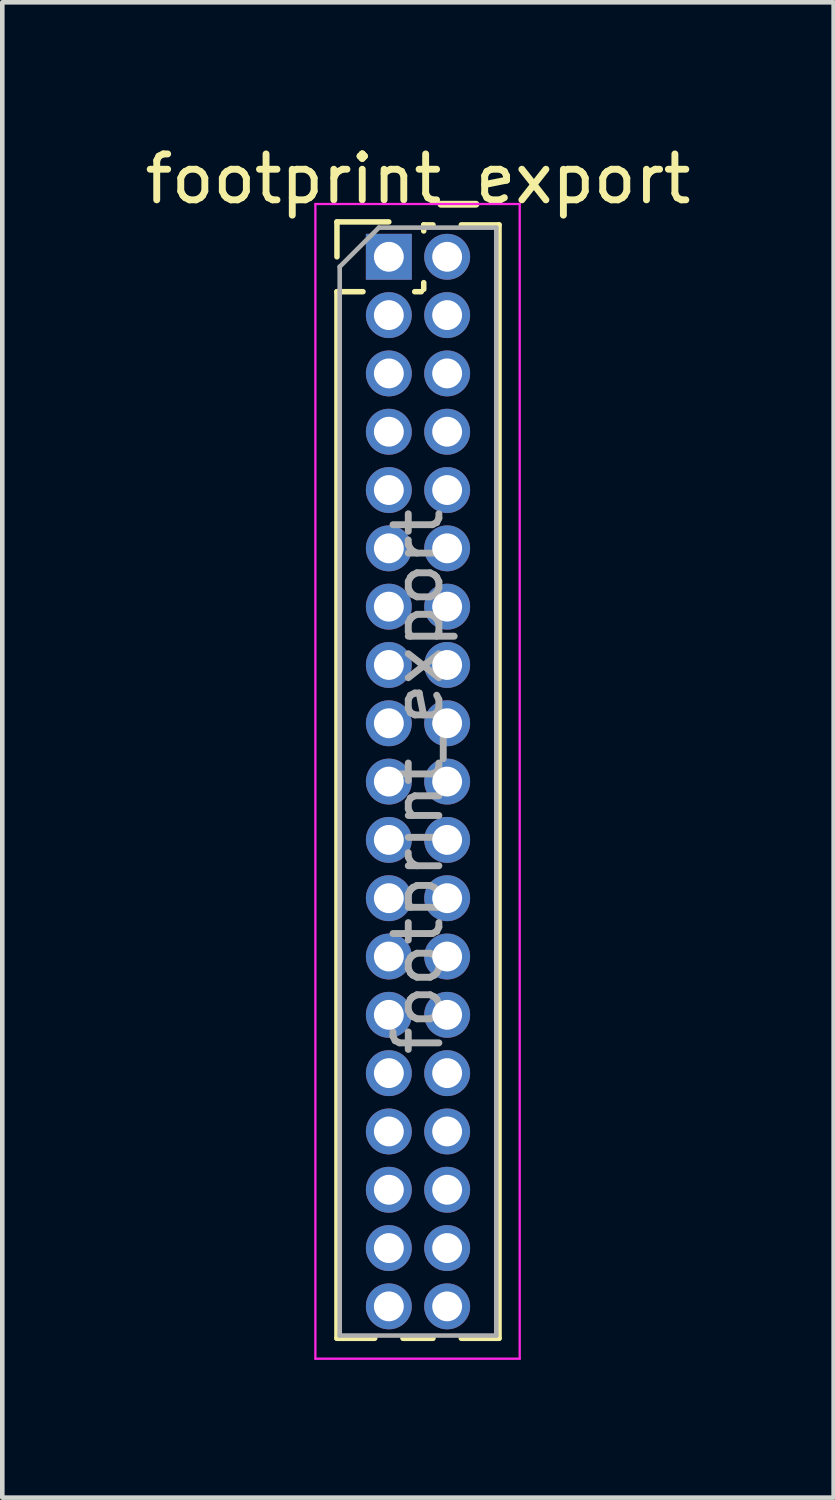
<source format=kicad_pcb>
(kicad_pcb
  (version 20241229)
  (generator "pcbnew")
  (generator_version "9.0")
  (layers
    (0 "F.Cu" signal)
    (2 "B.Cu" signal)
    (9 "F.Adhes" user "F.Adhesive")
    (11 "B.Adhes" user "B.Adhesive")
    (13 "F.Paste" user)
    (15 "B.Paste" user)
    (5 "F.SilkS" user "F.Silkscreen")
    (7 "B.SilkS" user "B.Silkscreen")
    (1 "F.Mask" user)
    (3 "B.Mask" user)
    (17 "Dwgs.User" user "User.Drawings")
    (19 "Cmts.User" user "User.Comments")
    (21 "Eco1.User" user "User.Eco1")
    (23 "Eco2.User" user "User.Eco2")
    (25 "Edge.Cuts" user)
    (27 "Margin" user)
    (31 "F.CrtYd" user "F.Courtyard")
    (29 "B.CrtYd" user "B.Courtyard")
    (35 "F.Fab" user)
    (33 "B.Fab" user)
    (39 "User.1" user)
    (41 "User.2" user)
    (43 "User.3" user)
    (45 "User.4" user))
  (footprint "footprint_export"
    (layer "F.Cu")
    (at 5.419 2.543)
    (property "Reference" "footprint_export" (at 0.635 -1.695 0) (layer "F.SilkS") (effects (font (size 1 1) (thickness 0.15))))
    (attr through_hole)
    (fp_line (start -1.13 -0.76) (end 0 -0.76) (stroke (width 0.12) (type solid)) (layer "F.SilkS"))
    (fp_line (start -1.13 0) (end -1.13 -0.76) (stroke (width 0.12) (type solid)) (layer "F.SilkS"))
    (fp_line (start -1.13 0.76) (end -1.13 23.555) (stroke (width 0.12) (type solid)) (layer "F.SilkS"))
    (fp_line (start -1.13 0.76) (end -0.563 0.76) (stroke (width 0.12) (type solid)) (layer "F.SilkS"))
    (fp_line (start -1.13 23.555) (end -0.308 23.555) (stroke (width 0.12) (type solid)) (layer "F.SilkS"))
    (fp_line (start 0.308 23.555) (end 0.962 23.555) (stroke (width 0.12) (type solid)) (layer "F.SilkS"))
    (fp_line (start 0.563 0.76) (end 0.707 0.76) (stroke (width 0.12) (type solid)) (layer "F.SilkS"))
    (fp_line (start 0.76 -0.695) (end 0.962 -0.695) (stroke (width 0.12) (type solid)) (layer "F.SilkS"))
    (fp_line (start 0.76 -0.563) (end 0.76 -0.695) (stroke (width 0.12) (type solid)) (layer "F.SilkS"))
    (fp_line (start 0.76 0.707) (end 0.76 0.563) (stroke (width 0.12) (type solid)) (layer "F.SilkS"))
    (fp_line (start 1.578 -0.695) (end 2.4 -0.695) (stroke (width 0.12) (type solid)) (layer "F.SilkS"))
    (fp_line (start 1.578 23.555) (end 2.4 23.555) (stroke (width 0.12) (type solid)) (layer "F.SilkS"))
    (fp_line (start 2.4 -0.695) (end 2.4 23.555) (stroke (width 0.12) (type solid)) (layer "F.SilkS"))
    (fp_line (start -1.6 -1.15) (end -1.6 24) (stroke (width 0.05) (type solid)) (layer "F.CrtYd"))
    (fp_line (start -1.6 24) (end 2.85 24) (stroke (width 0.05) (type solid)) (layer "F.CrtYd"))
    (fp_line (start 2.85 -1.15) (end -1.6 -1.15) (stroke (width 0.05) (type solid)) (layer "F.CrtYd"))
    (fp_line (start 2.85 24) (end 2.85 -1.15) (stroke (width 0.05) (type solid)) (layer "F.CrtYd"))
    (fp_line (start -1.07 0.217) (end -0.217 -0.635) (stroke (width 0.1) (type solid)) (layer "F.Fab"))
    (fp_line (start -1.07 23.495) (end -1.07 0.217) (stroke (width 0.1) (type solid)) (layer "F.Fab"))
    (fp_line (start -0.217 -0.635) (end 2.34 -0.635) (stroke (width 0.1) (type solid)) (layer "F.Fab"))
    (fp_line (start 2.34 -0.635) (end 2.34 23.495) (stroke (width 0.1) (type solid)) (layer "F.Fab"))
    (fp_line (start 2.34 23.495) (end -1.07 23.495) (stroke (width 0.1) (type solid)) (layer "F.Fab"))
    (fp_text user "${REFERENCE}" (at 0.635 11.43 90) (layer "F.Fab") (effects (font (size 1 1) (thickness 0.15))))
    (pad "1" thru_hole rect (at 0 0) (size 1 1) (drill 0.65) (layers "*.Cu" "*.Mask"))
    (pad "2" thru_hole oval (at 1.27 0) (size 1 1) (drill 0.65) (layers "*.Cu" "*.Mask"))
    (pad "3" thru_hole oval (at 0 1.27) (size 1 1) (drill 0.65) (layers "*.Cu" "*.Mask"))
    (pad "4" thru_hole oval (at 1.27 1.27) (size 1 1) (drill 0.65) (layers "*.Cu" "*.Mask"))
    (pad "5" thru_hole oval (at 0 2.54) (size 1 1) (drill 0.65) (layers "*.Cu" "*.Mask"))
    (pad "6" thru_hole oval (at 1.27 2.54) (size 1 1) (drill 0.65) (layers "*.Cu" "*.Mask"))
    (pad "7" thru_hole oval (at 0 3.81) (size 1 1) (drill 0.65) (layers "*.Cu" "*.Mask"))
    (pad "8" thru_hole oval (at 1.27 3.81) (size 1 1) (drill 0.65) (layers "*.Cu" "*.Mask"))
    (pad "9" thru_hole oval (at 0 5.08) (size 1 1) (drill 0.65) (layers "*.Cu" "*.Mask"))
    (pad "10" thru_hole oval (at 1.27 5.08) (size 1 1) (drill 0.65) (layers "*.Cu" "*.Mask"))
    (pad "11" thru_hole oval (at 0 6.35) (size 1 1) (drill 0.65) (layers "*.Cu" "*.Mask"))
    (pad "12" thru_hole oval (at 1.27 6.35) (size 1 1) (drill 0.65) (layers "*.Cu" "*.Mask"))
    (pad "13" thru_hole oval (at 0 7.62) (size 1 1) (drill 0.65) (layers "*.Cu" "*.Mask"))
    (pad "14" thru_hole oval (at 1.27 7.62) (size 1 1) (drill 0.65) (layers "*.Cu" "*.Mask"))
    (pad "15" thru_hole oval (at 0 8.89) (size 1 1) (drill 0.65) (layers "*.Cu" "*.Mask"))
    (pad "16" thru_hole oval (at 1.27 8.89) (size 1 1) (drill 0.65) (layers "*.Cu" "*.Mask"))
    (pad "17" thru_hole oval (at 0 10.16) (size 1 1) (drill 0.65) (layers "*.Cu" "*.Mask"))
    (pad "18" thru_hole oval (at 1.27 10.16) (size 1 1) (drill 0.65) (layers "*.Cu" "*.Mask"))
    (pad "19" thru_hole oval (at 0 11.43) (size 1 1) (drill 0.65) (layers "*.Cu" "*.Mask"))
    (pad "20" thru_hole oval (at 1.27 11.43) (size 1 1) (drill 0.65) (layers "*.Cu" "*.Mask"))
    (pad "21" thru_hole oval (at 0 12.7) (size 1 1) (drill 0.65) (layers "*.Cu" "*.Mask"))
    (pad "22" thru_hole oval (at 1.27 12.7) (size 1 1) (drill 0.65) (layers "*.Cu" "*.Mask"))
    (pad "23" thru_hole oval (at 0 13.97) (size 1 1) (drill 0.65) (layers "*.Cu" "*.Mask"))
    (pad "24" thru_hole oval (at 1.27 13.97) (size 1 1) (drill 0.65) (layers "*.Cu" "*.Mask"))
    (pad "25" thru_hole oval (at 0 15.24) (size 1 1) (drill 0.65) (layers "*.Cu" "*.Mask"))
    (pad "26" thru_hole oval (at 1.27 15.24) (size 1 1) (drill 0.65) (layers "*.Cu" "*.Mask"))
    (pad "27" thru_hole oval (at 0 16.51) (size 1 1) (drill 0.65) (layers "*.Cu" "*.Mask"))
    (pad "28" thru_hole oval (at 1.27 16.51) (size 1 1) (drill 0.65) (layers "*.Cu" "*.Mask"))
    (pad "29" thru_hole oval (at 0 17.78) (size 1 1) (drill 0.65) (layers "*.Cu" "*.Mask"))
    (pad "30" thru_hole oval (at 1.27 17.78) (size 1 1) (drill 0.65) (layers "*.Cu" "*.Mask"))
    (pad "31" thru_hole oval (at 0 19.05) (size 1 1) (drill 0.65) (layers "*.Cu" "*.Mask"))
    (pad "32" thru_hole oval (at 1.27 19.05) (size 1 1) (drill 0.65) (layers "*.Cu" "*.Mask"))
    (pad "33" thru_hole oval (at 0 20.32) (size 1 1) (drill 0.65) (layers "*.Cu" "*.Mask"))
    (pad "34" thru_hole oval (at 1.27 20.32) (size 1 1) (drill 0.65) (layers "*.Cu" "*.Mask"))
    (pad "35" thru_hole oval (at 0 21.59) (size 1 1) (drill 0.65) (layers "*.Cu" "*.Mask"))
    (pad "36" thru_hole oval (at 1.27 21.59) (size 1 1) (drill 0.65) (layers "*.Cu" "*.Mask"))
    (pad "37" thru_hole oval (at 0 22.86) (size 1 1) (drill 0.65) (layers "*.Cu" "*.Mask"))
    (pad "38" thru_hole oval (at 1.27 22.86) (size 1 1) (drill 0.65) (layers "*.Cu" "*.Mask")))
  (gr_rect
    (start -3 -3)
    (end 15.107 29.568)
    (stroke (width 0.1) (type default))
    (fill no)
    (layer "Edge.Cuts")))
</source>
